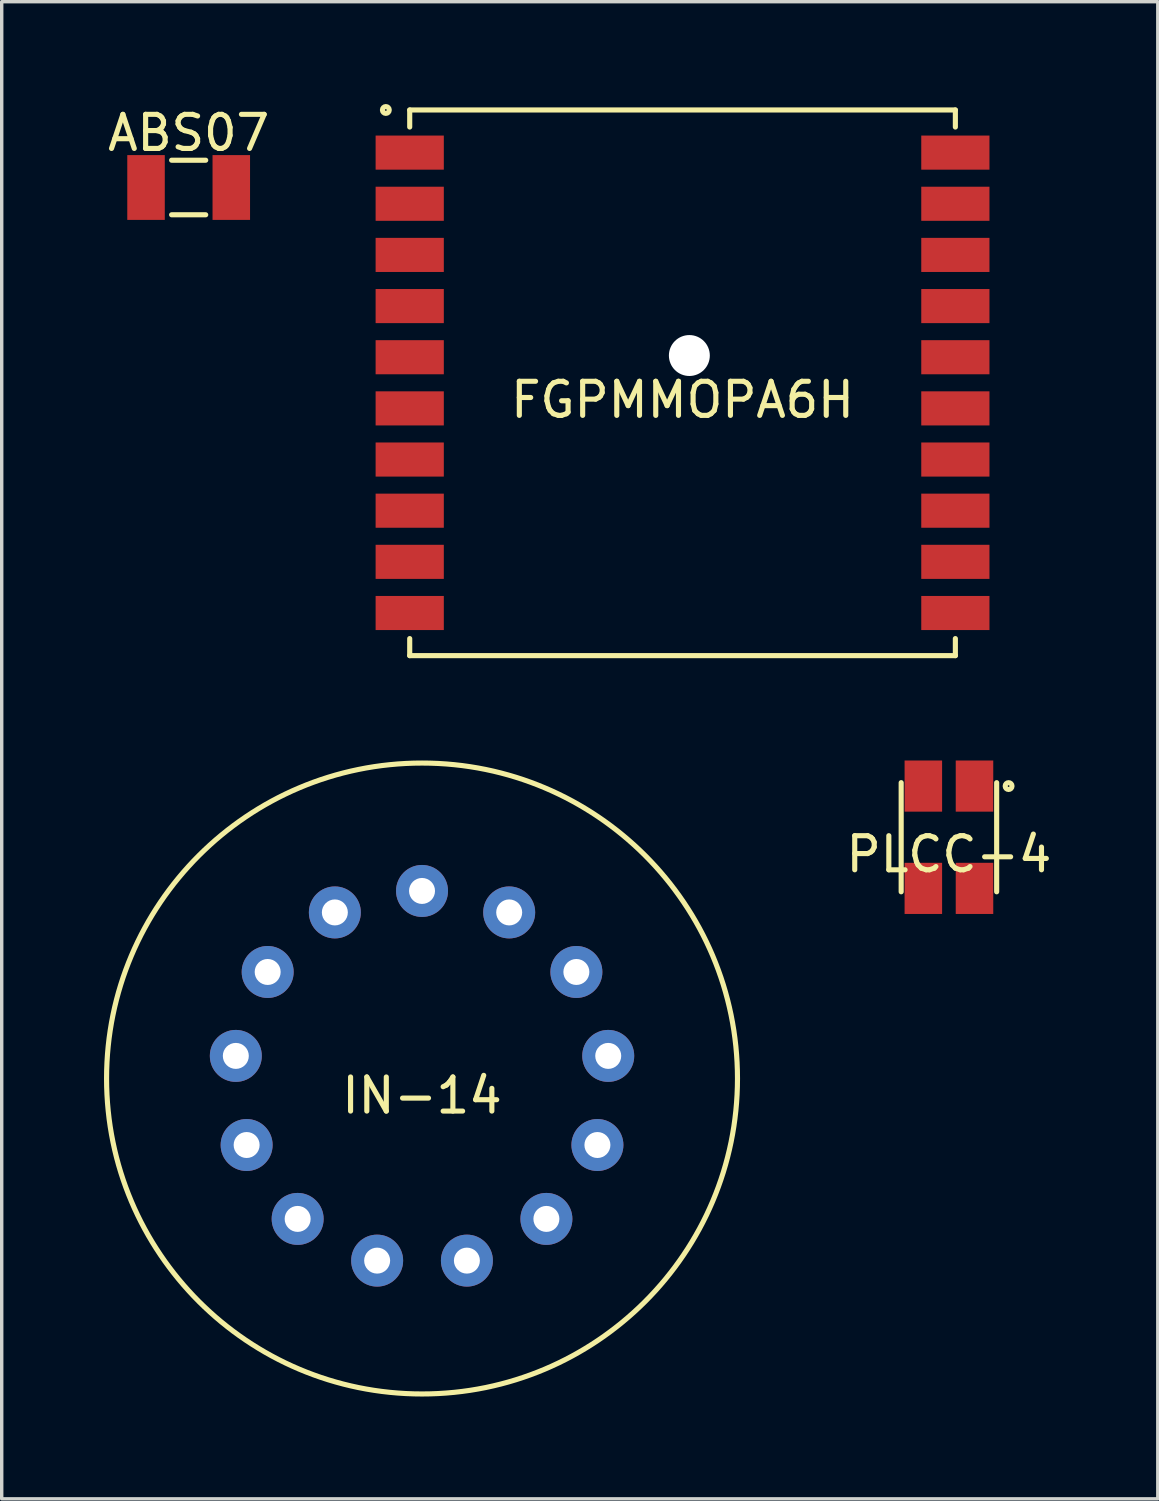
<source format=kicad_pcb>
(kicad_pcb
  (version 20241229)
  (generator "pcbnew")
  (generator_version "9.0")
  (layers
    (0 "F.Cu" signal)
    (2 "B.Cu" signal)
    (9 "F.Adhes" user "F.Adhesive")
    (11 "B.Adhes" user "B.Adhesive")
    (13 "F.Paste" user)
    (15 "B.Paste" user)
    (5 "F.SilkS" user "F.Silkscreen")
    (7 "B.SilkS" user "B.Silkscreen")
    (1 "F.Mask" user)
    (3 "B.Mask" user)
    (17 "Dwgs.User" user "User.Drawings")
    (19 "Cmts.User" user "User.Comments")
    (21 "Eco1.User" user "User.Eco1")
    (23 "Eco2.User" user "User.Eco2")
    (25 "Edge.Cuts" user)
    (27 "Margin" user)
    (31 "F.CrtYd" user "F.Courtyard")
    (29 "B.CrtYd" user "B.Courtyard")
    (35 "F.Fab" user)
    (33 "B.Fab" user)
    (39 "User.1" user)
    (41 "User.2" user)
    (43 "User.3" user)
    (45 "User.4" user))
  (footprint "IN-14"
    (layer "F.Cu")
    (at 9.325 28.575)
    (property "Reference" "IN-14" (at 0 0.5 0) (layer "F.SilkS") (effects (font (size 1 1) (thickness 0.15))))
    (attr through_hole)
    (fp_circle (center 0 0) (end 9.25 0) (stroke (width 0.15) (type solid)) (fill no) (layer "F.SilkS"))
    (pad "1" thru_hole circle (at 0 -5.5) (size 1.524 1.524) (drill 0.762) (layers "*.Cu" "*.Mask"))
    (pad "2" thru_hole circle (at -2.556 -4.87 27.692) (size 1.524 1.524) (drill 0.762) (layers "*.Cu" "*.Mask"))
    (pad "3" thru_hole circle (at -4.526 -3.124 55.385) (size 1.524 1.524) (drill 0.762) (layers "*.Cu" "*.Mask"))
    (pad "4" thru_hole circle (at -5.46 -0.663 83.077) (size 1.524 1.524) (drill 0.762) (layers "*.Cu" "*.Mask"))
    (pad "5" thru_hole circle (at -5.143 1.95 110.769) (size 1.524 1.524) (drill 0.762) (layers "*.Cu" "*.Mask"))
    (pad "6" thru_hole circle (at -3.647 4.117 138.462) (size 1.524 1.524) (drill 0.762) (layers "*.Cu" "*.Mask"))
    (pad "7" thru_hole circle (at -1.316 5.34 166.154) (size 1.524 1.524) (drill 0.762) (layers "*.Cu" "*.Mask"))
    (pad "8" thru_hole circle (at 1.316 5.34 193.846) (size 1.524 1.524) (drill 0.762) (layers "*.Cu" "*.Mask"))
    (pad "9" thru_hole circle (at 3.647 4.117 221.538) (size 1.524 1.524) (drill 0.762) (layers "*.Cu" "*.Mask"))
    (pad "10" thru_hole circle (at 5.143 1.95 249.231) (size 1.524 1.524) (drill 0.762) (layers "*.Cu" "*.Mask"))
    (pad "11" thru_hole circle (at 5.46 -0.663 276.923) (size 1.524 1.524) (drill 0.762) (layers "*.Cu" "*.Mask"))
    (pad "12" thru_hole circle (at 4.526 -3.124 304.615) (size 1.524 1.524) (drill 0.762) (layers "*.Cu" "*.Mask"))
    (pad "13" thru_hole circle (at 2.556 -4.87 332.308) (size 1.524 1.524) (drill 0.762) (layers "*.Cu" "*.Mask")))
  (footprint "FGPMMOPA6H"
    (layer "F.Cu")
    (at 16.964 8.175)
    (property "Reference" "FGPMMOPA6H" (at 0 0.5 0) (layer "F.SilkS") (effects (font (size 1 1) (thickness 0.15))))
    (attr through_hole)
    (fp_line (start -8 -8) (end -8 -7.5) (stroke (width 0.15) (type solid)) (layer "F.SilkS"))
    (fp_line (start -8 -8) (end 8 -8) (stroke (width 0.15) (type solid)) (layer "F.SilkS"))
    (fp_line (start -8 8) (end -8 7.5) (stroke (width 0.15) (type solid)) (layer "F.SilkS"))
    (fp_line (start -8 8) (end 8 8) (stroke (width 0.15) (type solid)) (layer "F.SilkS"))
    (fp_line (start 8 -8) (end 8 -7.5) (stroke (width 0.15) (type solid)) (layer "F.SilkS"))
    (fp_line (start 8 8) (end 8 7.5) (stroke (width 0.15) (type solid)) (layer "F.SilkS"))
    (fp_circle (center -8.7 -8) (end -8.6 -8) (stroke (width 0.15) (type solid)) (fill no) (layer "F.SilkS"))
    (pad "" np_thru_hole circle (at 0.2 -0.8) (size 1.2 1.2) (drill 1.2) (layers "*.Cu" "*.Mask"))
    (pad "1" smd rect (at -8 -6.75) (size 2 1) (layers "F.Cu" "F.Mask" "F.Paste"))
    (pad "2" smd rect (at -8 -5.25) (size 2 1) (layers "F.Cu" "F.Mask" "F.Paste"))
    (pad "3" smd rect (at -8 -3.75) (size 2 1) (layers "F.Cu" "F.Mask" "F.Paste"))
    (pad "4" smd rect (at -8 -2.25) (size 2 1) (layers "F.Cu" "F.Mask" "F.Paste"))
    (pad "5" smd rect (at -8 -0.75) (size 2 1) (layers "F.Cu" "F.Mask" "F.Paste"))
    (pad "6" smd rect (at -8 0.75) (size 2 1) (layers "F.Cu" "F.Mask" "F.Paste"))
    (pad "7" smd rect (at -8 2.25) (size 2 1) (layers "F.Cu" "F.Mask" "F.Paste"))
    (pad "8" smd rect (at -8 3.75) (size 2 1) (layers "F.Cu" "F.Mask" "F.Paste"))
    (pad "9" smd rect (at -8 5.25) (size 2 1) (layers "F.Cu" "F.Mask" "F.Paste"))
    (pad "10" smd rect (at -8 6.75) (size 2 1) (layers "F.Cu" "F.Mask" "F.Paste"))
    (pad "11" smd rect (at 8 6.75) (size 2 1) (layers "F.Cu" "F.Mask" "F.Paste"))
    (pad "12" smd rect (at 8 5.25) (size 2 1) (layers "F.Cu" "F.Mask" "F.Paste"))
    (pad "13" smd rect (at 8 3.75) (size 2 1) (layers "F.Cu" "F.Mask" "F.Paste"))
    (pad "14" smd rect (at 8 2.25) (size 2 1) (layers "F.Cu" "F.Mask" "F.Paste"))
    (pad "15" smd rect (at 8 0.75) (size 2 1) (layers "F.Cu" "F.Mask" "F.Paste"))
    (pad "16" smd rect (at 8 -0.75) (size 2 1) (layers "F.Cu" "F.Mask" "F.Paste"))
    (pad "17" smd rect (at 8 -2.25) (size 2 1) (layers "F.Cu" "F.Mask" "F.Paste"))
    (pad "18" smd rect (at 8 -3.75) (size 2 1) (layers "F.Cu" "F.Mask" "F.Paste"))
    (pad "19" smd rect (at 8 -5.25) (size 2 1) (layers "F.Cu" "F.Mask" "F.Paste"))
    (pad "20" smd rect (at 8 -6.75) (size 2 1) (layers "F.Cu" "F.Mask" "F.Paste")))
  (footprint "ABS07"
    (layer "F.Cu")
    (at 2.482 2.448)
    (property "Reference" "ABS07" (at 0 -1.6 0) (layer "F.SilkS") (effects (font (size 1 1) (thickness 0.15))))
    (attr through_hole)
    (fp_line (start -0.5 -0.8) (end 0.5 -0.8) (stroke (width 0.15) (type solid)) (layer "F.SilkS"))
    (fp_line (start 0.5 0.8) (end -0.5 0.8) (stroke (width 0.15) (type solid)) (layer "F.SilkS"))
    (pad "1" smd rect (at -1.25 0) (size 1.1 1.9) (layers "F.Cu" "F.Mask" "F.Paste"))
    (pad "2" smd rect (at 1.25 0) (size 1.1 1.9) (layers "F.Cu" "F.Mask" "F.Paste")))
  (footprint "PLCC-4"
    (layer "F.Cu")
    (at 24.775 21.5)
    (property "Reference" "PLCC-4" (at 0 0.5 0) (layer "F.SilkS") (effects (font (size 1 1) (thickness 0.15))))
    (attr through_hole)
    (fp_line (start -1.4 -1.6) (end -1.4 1.6) (stroke (width 0.15) (type solid)) (layer "F.SilkS"))
    (fp_line (start 1.4 -1.6) (end 1.4 1.6) (stroke (width 0.15) (type solid)) (layer "F.SilkS"))
    (fp_circle (center 1.75 -1.5) (end 1.85 -1.5) (stroke (width 0.15) (type solid)) (fill no) (layer "F.SilkS"))
    (pad "1" smd rect (at 0.75 -1.5) (size 1.1 1.5) (layers "F.Cu" "F.Mask" "F.Paste"))
    (pad "2" smd rect (at -0.75 -1.5) (size 1.1 1.5) (layers "F.Cu" "F.Mask" "F.Paste"))
    (pad "3" smd rect (at -0.75 1.5) (size 1.1 1.5) (layers "F.Cu" "F.Mask" "F.Paste"))
    (pad "4" smd rect (at 0.75 1.5) (size 1.1 1.5) (layers "F.Cu" "F.Mask" "F.Paste")))
  (gr_rect
    (start -3 -3)
    (end 30.9 40.9)
    (stroke (width 0.1) (type default))
    (fill no)
    (layer "Edge.Cuts")))
</source>
